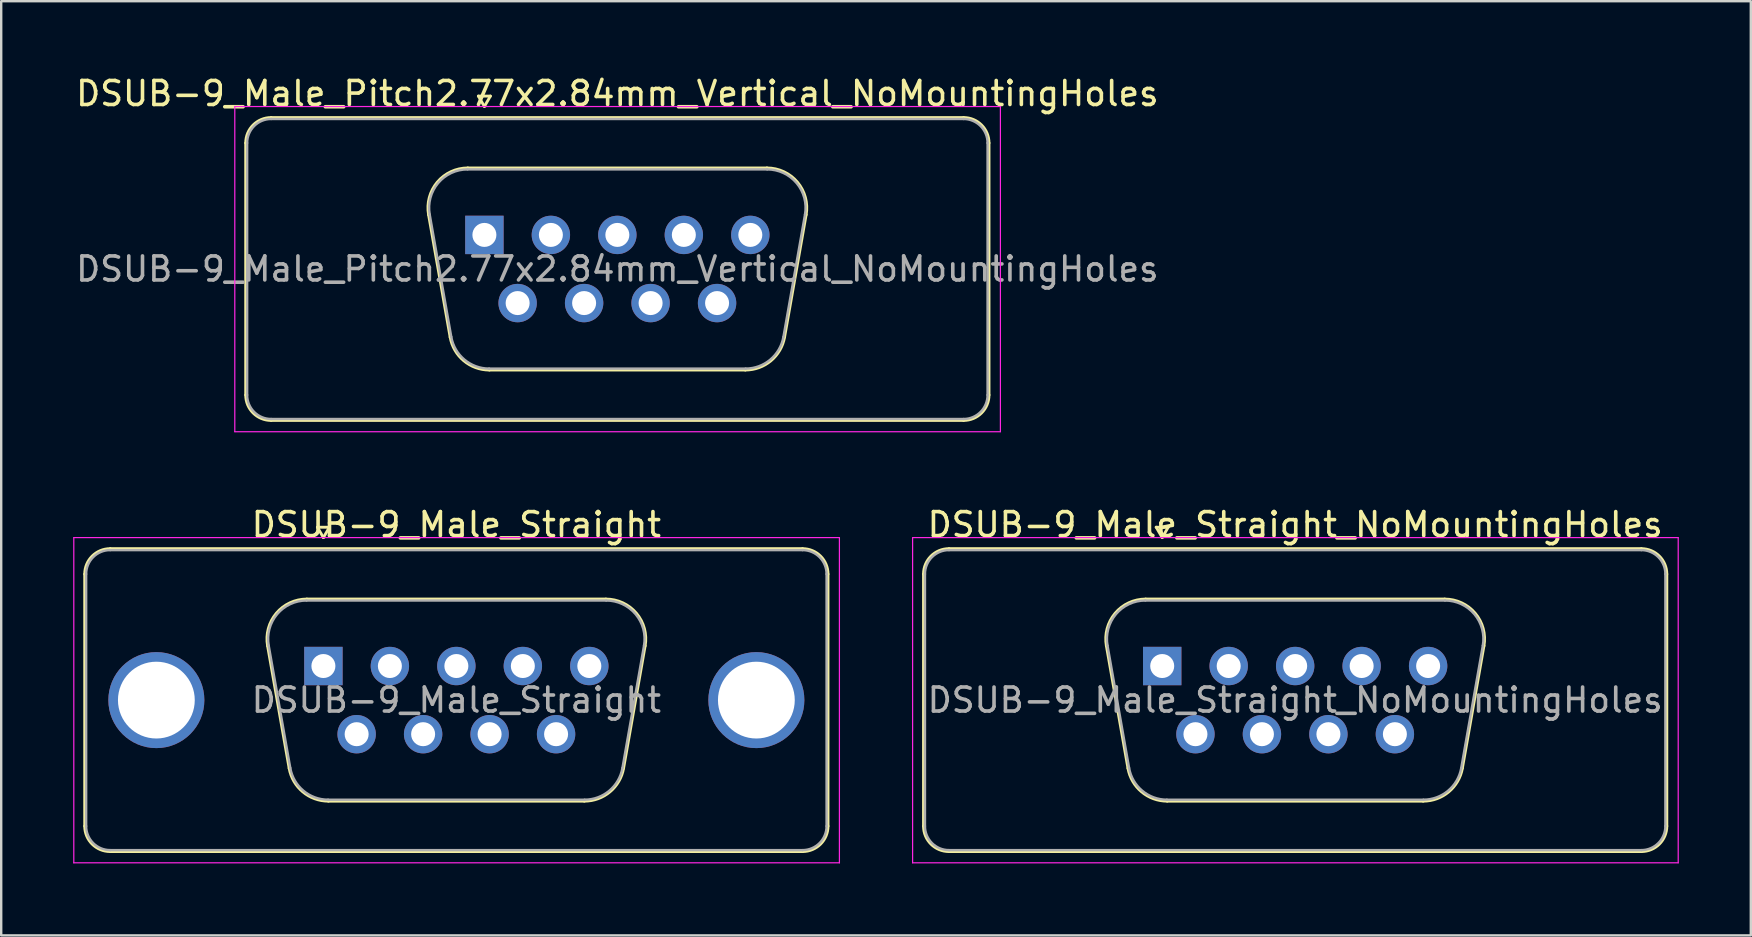
<source format=kicad_pcb>
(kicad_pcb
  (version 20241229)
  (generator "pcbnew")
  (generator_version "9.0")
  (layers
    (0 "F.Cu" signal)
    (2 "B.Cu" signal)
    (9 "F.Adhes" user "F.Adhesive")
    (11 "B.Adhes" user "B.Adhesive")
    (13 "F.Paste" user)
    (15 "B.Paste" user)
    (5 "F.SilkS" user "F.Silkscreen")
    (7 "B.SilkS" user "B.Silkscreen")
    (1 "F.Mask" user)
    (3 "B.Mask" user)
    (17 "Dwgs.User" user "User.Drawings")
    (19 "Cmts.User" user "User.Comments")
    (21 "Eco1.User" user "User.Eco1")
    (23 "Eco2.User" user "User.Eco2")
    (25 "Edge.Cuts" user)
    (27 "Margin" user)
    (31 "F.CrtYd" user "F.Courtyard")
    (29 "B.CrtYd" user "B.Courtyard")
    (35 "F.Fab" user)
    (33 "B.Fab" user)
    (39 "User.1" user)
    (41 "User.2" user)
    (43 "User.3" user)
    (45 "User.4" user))
  (footprint "DSUB-9_Male_Pitch2.77x2.84mm_Vertical_NoMountingHoles"
    (layer "F.Cu")
    (at 17.133 6.738)
    (property "Reference" "DSUB-9_Male_Pitch2.77x2.84mm_Vertical_NoMountingHoles" (at 5.54 -5.89 0) (layer "F.SilkS") (effects (font (size 1 1) (thickness 0.15))))
    (attr through_hole)
    (fp_line (start -9.945 6.67) (end -9.945 -3.83) (stroke (width 0.12) (type solid)) (layer "F.SilkS"))
    (fp_line (start -8.885 -4.89) (end 19.965 -4.89) (stroke (width 0.12) (type solid)) (layer "F.SilkS"))
    (fp_line (start -2.326 -0.842) (end -1.427 4.258) (stroke (width 0.12) (type solid)) (layer "F.SilkS"))
    (fp_line (start -0.692 -2.79) (end 11.772 -2.79) (stroke (width 0.12) (type solid)) (layer "F.SilkS"))
    (fp_line (start -0.25 -5.784) (end 0.25 -5.784) (stroke (width 0.12) (type solid)) (layer "F.SilkS"))
    (fp_line (start 0 -5.351) (end -0.25 -5.784) (stroke (width 0.12) (type solid)) (layer "F.SilkS"))
    (fp_line (start 0.208 5.63) (end 10.872 5.63) (stroke (width 0.12) (type solid)) (layer "F.SilkS"))
    (fp_line (start 0.25 -5.784) (end 0 -5.351) (stroke (width 0.12) (type solid)) (layer "F.SilkS"))
    (fp_line (start 13.406 -0.842) (end 12.507 4.258) (stroke (width 0.12) (type solid)) (layer "F.SilkS"))
    (fp_line (start 19.965 7.73) (end -8.885 7.73) (stroke (width 0.12) (type solid)) (layer "F.SilkS"))
    (fp_line (start 21.025 -3.83) (end 21.025 6.67) (stroke (width 0.12) (type solid)) (layer "F.SilkS"))
    (fp_arc (start -9.945 -3.83) (mid -9.634533 -4.579533) (end -8.885 -4.89) (stroke (width 0.12) (type solid)) (layer "F.SilkS"))
    (fp_arc (start -8.885 7.73) (mid -9.634533 7.419533) (end -9.945 6.67) (stroke (width 0.12) (type solid)) (layer "F.SilkS"))
    (fp_arc (start -2.32647 -0.841744) (mid -1.963323 -2.197028) (end -0.691689 -2.79) (stroke (width 0.12) (type solid)) (layer "F.SilkS"))
    (fp_arc (start 0.207579 5.63) (mid -0.859448 5.241634) (end -1.427202 4.258256) (stroke (width 0.12) (type solid)) (layer "F.SilkS"))
    (fp_arc (start 11.771689 -2.79) (mid 13.043323 -2.197027) (end 13.40647 -0.841744) (stroke (width 0.12) (type solid)) (layer "F.SilkS"))
    (fp_arc (start 12.507202 4.258256) (mid 11.939449 5.241634) (end 10.872421 5.63) (stroke (width 0.12) (type solid)) (layer "F.SilkS"))
    (fp_arc (start 19.965 -4.89) (mid 20.714533 -4.579533) (end 21.025 -3.83) (stroke (width 0.12) (type solid)) (layer "F.SilkS"))
    (fp_arc (start 21.025 6.67) (mid 20.714533 7.419533) (end 19.965 7.73) (stroke (width 0.12) (type solid)) (layer "F.SilkS"))
    (fp_line (start -10.4 -5.35) (end -10.4 8.2) (stroke (width 0.05) (type solid)) (layer "F.CrtYd"))
    (fp_line (start -10.4 8.2) (end 21.5 8.2) (stroke (width 0.05) (type solid)) (layer "F.CrtYd"))
    (fp_line (start 21.5 -5.35) (end -10.4 -5.35) (stroke (width 0.05) (type solid)) (layer "F.CrtYd"))
    (fp_line (start 21.5 8.2) (end 21.5 -5.35) (stroke (width 0.05) (type solid)) (layer "F.CrtYd"))
    (fp_line (start -9.885 6.67) (end -9.885 -3.83) (stroke (width 0.1) (type solid)) (layer "F.Fab"))
    (fp_line (start -8.885 -4.83) (end 19.965 -4.83) (stroke (width 0.1) (type solid)) (layer "F.Fab"))
    (fp_line (start -2.279 -0.852) (end -1.38 4.248) (stroke (width 0.1) (type solid)) (layer "F.Fab"))
    (fp_line (start -0.703 -2.73) (end 11.783 -2.73) (stroke (width 0.1) (type solid)) (layer "F.Fab"))
    (fp_line (start 0.196 5.57) (end 10.884 5.57) (stroke (width 0.1) (type solid)) (layer "F.Fab"))
    (fp_line (start 13.359 -0.852) (end 12.46 4.248) (stroke (width 0.1) (type solid)) (layer "F.Fab"))
    (fp_line (start 19.965 7.67) (end -8.885 7.67) (stroke (width 0.1) (type solid)) (layer "F.Fab"))
    (fp_line (start 20.965 -3.83) (end 20.965 6.67) (stroke (width 0.1) (type solid)) (layer "F.Fab"))
    (fp_arc (start -9.885 -3.83) (mid -9.592107 -4.537107) (end -8.885 -4.83) (stroke (width 0.1) (type solid)) (layer "F.Fab"))
    (fp_arc (start -8.885 7.67) (mid -9.592107 7.377107) (end -9.885 6.67) (stroke (width 0.1) (type solid)) (layer "F.Fab"))
    (fp_arc (start -2.278886 -0.852163) (mid -1.928865 -2.15846) (end -0.703194 -2.73) (stroke (width 0.1) (type solid)) (layer "F.Fab"))
    (fp_arc (start 0.196073 5.57) (mid -0.832387 5.195671) (end -1.379619 4.247837) (stroke (width 0.1) (type solid)) (layer "F.Fab"))
    (fp_arc (start 11.783194 -2.73) (mid 13.008865 -2.15846) (end 13.358886 -0.852163) (stroke (width 0.1) (type solid)) (layer "F.Fab"))
    (fp_arc (start 12.459619 4.247837) (mid 11.912387 5.195671) (end 10.883927 5.57) (stroke (width 0.1) (type solid)) (layer "F.Fab"))
    (fp_arc (start 19.965 -4.83) (mid 20.672107 -4.537107) (end 20.965 -3.83) (stroke (width 0.1) (type solid)) (layer "F.Fab"))
    (fp_arc (start 20.965 6.67) (mid 20.672107 7.377107) (end 19.965 7.67) (stroke (width 0.1) (type solid)) (layer "F.Fab"))
    (fp_text user "${REFERENCE}" (at 5.54 1.42 0) (layer "F.Fab") (effects (font (size 1 1) (thickness 0.15))))
    (pad "1" thru_hole rect (at 0 0) (size 1.6 1.6) (drill 1) (layers "*.Cu" "*.Mask"))
    (pad "2" thru_hole circle (at 2.77 0) (size 1.6 1.6) (drill 1) (layers "*.Cu" "*.Mask"))
    (pad "3" thru_hole circle (at 5.54 0) (size 1.6 1.6) (drill 1) (layers "*.Cu" "*.Mask"))
    (pad "4" thru_hole circle (at 8.31 0) (size 1.6 1.6) (drill 1) (layers "*.Cu" "*.Mask"))
    (pad "5" thru_hole circle (at 11.08 0) (size 1.6 1.6) (drill 1) (layers "*.Cu" "*.Mask"))
    (pad "6" thru_hole circle (at 1.385 2.84) (size 1.6 1.6) (drill 1) (layers "*.Cu" "*.Mask"))
    (pad "7" thru_hole circle (at 4.155 2.84) (size 1.6 1.6) (drill 1) (layers "*.Cu" "*.Mask"))
    (pad "8" thru_hole circle (at 6.925 2.84) (size 1.6 1.6) (drill 1) (layers "*.Cu" "*.Mask"))
    (pad "9" thru_hole circle (at 9.695 2.84) (size 1.6 1.6) (drill 1) (layers "*.Cu" "*.Mask")))
  (footprint "DSUB-9_Male_Straight"
    (layer "F.Cu")
    (at 10.425 24.701)
    (property "Reference" "DSUB-9_Male_Straight" (at 5.54 -5.89 0) (layer "F.SilkS") (effects (font (size 1 1) (thickness 0.15))))
    (attr through_hole)
    (fp_line (start -9.945 6.67) (end -9.945 -3.83) (stroke (width 0.12) (type solid)) (layer "F.SilkS"))
    (fp_line (start -8.885 -4.89) (end 19.965 -4.89) (stroke (width 0.12) (type solid)) (layer "F.SilkS"))
    (fp_line (start -2.326 -0.842) (end -1.427 4.258) (stroke (width 0.12) (type solid)) (layer "F.SilkS"))
    (fp_line (start -0.692 -2.79) (end 11.772 -2.79) (stroke (width 0.12) (type solid)) (layer "F.SilkS"))
    (fp_line (start -0.25 -5.784) (end 0.25 -5.784) (stroke (width 0.12) (type solid)) (layer "F.SilkS"))
    (fp_line (start 0 -5.351) (end -0.25 -5.784) (stroke (width 0.12) (type solid)) (layer "F.SilkS"))
    (fp_line (start 0.208 5.63) (end 10.872 5.63) (stroke (width 0.12) (type solid)) (layer "F.SilkS"))
    (fp_line (start 0.25 -5.784) (end 0 -5.351) (stroke (width 0.12) (type solid)) (layer "F.SilkS"))
    (fp_line (start 13.406 -0.842) (end 12.507 4.258) (stroke (width 0.12) (type solid)) (layer "F.SilkS"))
    (fp_line (start 19.965 7.73) (end -8.885 7.73) (stroke (width 0.12) (type solid)) (layer "F.SilkS"))
    (fp_line (start 21.025 -3.83) (end 21.025 6.67) (stroke (width 0.12) (type solid)) (layer "F.SilkS"))
    (fp_arc (start -9.945 -3.83) (mid -9.634533 -4.579533) (end -8.885 -4.89) (stroke (width 0.12) (type solid)) (layer "F.SilkS"))
    (fp_arc (start -8.885 7.73) (mid -9.634533 7.419533) (end -9.945 6.67) (stroke (width 0.12) (type solid)) (layer "F.SilkS"))
    (fp_arc (start -2.32647 -0.841744) (mid -1.963323 -2.197028) (end -0.691689 -2.79) (stroke (width 0.12) (type solid)) (layer "F.SilkS"))
    (fp_arc (start 0.207579 5.63) (mid -0.859448 5.241634) (end -1.427202 4.258256) (stroke (width 0.12) (type solid)) (layer "F.SilkS"))
    (fp_arc (start 11.771689 -2.79) (mid 13.043323 -2.197027) (end 13.40647 -0.841744) (stroke (width 0.12) (type solid)) (layer "F.SilkS"))
    (fp_arc (start 12.507202 4.258256) (mid 11.939449 5.241634) (end 10.872421 5.63) (stroke (width 0.12) (type solid)) (layer "F.SilkS"))
    (fp_arc (start 19.965 -4.89) (mid 20.714533 -4.579533) (end 21.025 -3.83) (stroke (width 0.12) (type solid)) (layer "F.SilkS"))
    (fp_arc (start 21.025 6.67) (mid 20.714533 7.419533) (end 19.965 7.73) (stroke (width 0.12) (type solid)) (layer "F.SilkS"))
    (fp_line (start -10.4 -5.35) (end -10.4 8.2) (stroke (width 0.05) (type solid)) (layer "F.CrtYd"))
    (fp_line (start -10.4 8.2) (end 21.5 8.2) (stroke (width 0.05) (type solid)) (layer "F.CrtYd"))
    (fp_line (start 21.5 -5.35) (end -10.4 -5.35) (stroke (width 0.05) (type solid)) (layer "F.CrtYd"))
    (fp_line (start 21.5 8.2) (end 21.5 -5.35) (stroke (width 0.05) (type solid)) (layer "F.CrtYd"))
    (fp_line (start -9.885 6.67) (end -9.885 -3.83) (stroke (width 0.1) (type solid)) (layer "F.Fab"))
    (fp_line (start -8.885 -4.83) (end 19.965 -4.83) (stroke (width 0.1) (type solid)) (layer "F.Fab"))
    (fp_line (start -2.279 -0.852) (end -1.38 4.248) (stroke (width 0.1) (type solid)) (layer "F.Fab"))
    (fp_line (start -0.703 -2.73) (end 11.783 -2.73) (stroke (width 0.1) (type solid)) (layer "F.Fab"))
    (fp_line (start 0.196 5.57) (end 10.884 5.57) (stroke (width 0.1) (type solid)) (layer "F.Fab"))
    (fp_line (start 13.359 -0.852) (end 12.46 4.248) (stroke (width 0.1) (type solid)) (layer "F.Fab"))
    (fp_line (start 19.965 7.67) (end -8.885 7.67) (stroke (width 0.1) (type solid)) (layer "F.Fab"))
    (fp_line (start 20.965 -3.83) (end 20.965 6.67) (stroke (width 0.1) (type solid)) (layer "F.Fab"))
    (fp_arc (start -9.885 -3.83) (mid -9.592107 -4.537107) (end -8.885 -4.83) (stroke (width 0.1) (type solid)) (layer "F.Fab"))
    (fp_arc (start -8.885 7.67) (mid -9.592107 7.377107) (end -9.885 6.67) (stroke (width 0.1) (type solid)) (layer "F.Fab"))
    (fp_arc (start -2.278886 -0.852163) (mid -1.928865 -2.15846) (end -0.703194 -2.73) (stroke (width 0.1) (type solid)) (layer "F.Fab"))
    (fp_arc (start 0.196073 5.57) (mid -0.832387 5.195671) (end -1.379619 4.247837) (stroke (width 0.1) (type solid)) (layer "F.Fab"))
    (fp_arc (start 11.783194 -2.73) (mid 13.008865 -2.15846) (end 13.358886 -0.852163) (stroke (width 0.1) (type solid)) (layer "F.Fab"))
    (fp_arc (start 12.459619 4.247837) (mid 11.912387 5.195671) (end 10.883927 5.57) (stroke (width 0.1) (type solid)) (layer "F.Fab"))
    (fp_arc (start 19.965 -4.83) (mid 20.672107 -4.537107) (end 20.965 -3.83) (stroke (width 0.1) (type solid)) (layer "F.Fab"))
    (fp_arc (start 20.965 6.67) (mid 20.672107 7.377107) (end 19.965 7.67) (stroke (width 0.1) (type solid)) (layer "F.Fab"))
    (fp_text user "${REFERENCE}" (at 5.54 1.42 0) (layer "F.Fab") (effects (font (size 1 1) (thickness 0.15))))
    (pad "0" thru_hole circle (at -6.96 1.42) (size 4 4) (drill 3.2) (layers "*.Cu" "*.Mask"))
    (pad "0" thru_hole circle (at 18.04 1.42) (size 4 4) (drill 3.2) (layers "*.Cu" "*.Mask"))
    (pad "1" thru_hole rect (at 0 0) (size 1.6 1.6) (drill 1) (layers "*.Cu" "*.Mask"))
    (pad "2" thru_hole circle (at 2.77 0) (size 1.6 1.6) (drill 1) (layers "*.Cu" "*.Mask"))
    (pad "3" thru_hole circle (at 5.54 0) (size 1.6 1.6) (drill 1) (layers "*.Cu" "*.Mask"))
    (pad "4" thru_hole circle (at 8.31 0) (size 1.6 1.6) (drill 1) (layers "*.Cu" "*.Mask"))
    (pad "5" thru_hole circle (at 11.08 0) (size 1.6 1.6) (drill 1) (layers "*.Cu" "*.Mask"))
    (pad "6" thru_hole circle (at 1.385 2.84) (size 1.6 1.6) (drill 1) (layers "*.Cu" "*.Mask"))
    (pad "7" thru_hole circle (at 4.155 2.84) (size 1.6 1.6) (drill 1) (layers "*.Cu" "*.Mask"))
    (pad "8" thru_hole circle (at 6.925 2.84) (size 1.6 1.6) (drill 1) (layers "*.Cu" "*.Mask"))
    (pad "9" thru_hole circle (at 9.695 2.84) (size 1.6 1.6) (drill 1) (layers "*.Cu" "*.Mask")))
  (footprint "DSUB-9_Male_Straight_NoMountingHoles"
    (layer "F.Cu")
    (at 45.375 24.701)
    (property "Reference" "DSUB-9_Male_Straight_NoMountingHoles" (at 5.54 -5.89 0) (layer "F.SilkS") (effects (font (size 1 1) (thickness 0.15))))
    (attr through_hole)
    (fp_line (start -9.945 6.67) (end -9.945 -3.83) (stroke (width 0.12) (type solid)) (layer "F.SilkS"))
    (fp_line (start -8.885 -4.89) (end 19.965 -4.89) (stroke (width 0.12) (type solid)) (layer "F.SilkS"))
    (fp_line (start -2.326 -0.842) (end -1.427 4.258) (stroke (width 0.12) (type solid)) (layer "F.SilkS"))
    (fp_line (start -0.692 -2.79) (end 11.772 -2.79) (stroke (width 0.12) (type solid)) (layer "F.SilkS"))
    (fp_line (start -0.25 -5.784) (end 0.25 -5.784) (stroke (width 0.12) (type solid)) (layer "F.SilkS"))
    (fp_line (start 0 -5.351) (end -0.25 -5.784) (stroke (width 0.12) (type solid)) (layer "F.SilkS"))
    (fp_line (start 0.208 5.63) (end 10.872 5.63) (stroke (width 0.12) (type solid)) (layer "F.SilkS"))
    (fp_line (start 0.25 -5.784) (end 0 -5.351) (stroke (width 0.12) (type solid)) (layer "F.SilkS"))
    (fp_line (start 13.406 -0.842) (end 12.507 4.258) (stroke (width 0.12) (type solid)) (layer "F.SilkS"))
    (fp_line (start 19.965 7.73) (end -8.885 7.73) (stroke (width 0.12) (type solid)) (layer "F.SilkS"))
    (fp_line (start 21.025 -3.83) (end 21.025 6.67) (stroke (width 0.12) (type solid)) (layer "F.SilkS"))
    (fp_arc (start -9.945 -3.83) (mid -9.634533 -4.579533) (end -8.885 -4.89) (stroke (width 0.12) (type solid)) (layer "F.SilkS"))
    (fp_arc (start -8.885 7.73) (mid -9.634533 7.419533) (end -9.945 6.67) (stroke (width 0.12) (type solid)) (layer "F.SilkS"))
    (fp_arc (start -2.32647 -0.841744) (mid -1.963323 -2.197028) (end -0.691689 -2.79) (stroke (width 0.12) (type solid)) (layer "F.SilkS"))
    (fp_arc (start 0.207579 5.63) (mid -0.859448 5.241634) (end -1.427202 4.258256) (stroke (width 0.12) (type solid)) (layer "F.SilkS"))
    (fp_arc (start 11.771689 -2.79) (mid 13.043323 -2.197027) (end 13.40647 -0.841744) (stroke (width 0.12) (type solid)) (layer "F.SilkS"))
    (fp_arc (start 12.507202 4.258256) (mid 11.939449 5.241634) (end 10.872421 5.63) (stroke (width 0.12) (type solid)) (layer "F.SilkS"))
    (fp_arc (start 19.965 -4.89) (mid 20.714533 -4.579533) (end 21.025 -3.83) (stroke (width 0.12) (type solid)) (layer "F.SilkS"))
    (fp_arc (start 21.025 6.67) (mid 20.714533 7.419533) (end 19.965 7.73) (stroke (width 0.12) (type solid)) (layer "F.SilkS"))
    (fp_line (start -10.4 -5.35) (end -10.4 8.2) (stroke (width 0.05) (type solid)) (layer "F.CrtYd"))
    (fp_line (start -10.4 8.2) (end 21.5 8.2) (stroke (width 0.05) (type solid)) (layer "F.CrtYd"))
    (fp_line (start 21.5 -5.35) (end -10.4 -5.35) (stroke (width 0.05) (type solid)) (layer "F.CrtYd"))
    (fp_line (start 21.5 8.2) (end 21.5 -5.35) (stroke (width 0.05) (type solid)) (layer "F.CrtYd"))
    (fp_line (start -9.885 6.67) (end -9.885 -3.83) (stroke (width 0.1) (type solid)) (layer "F.Fab"))
    (fp_line (start -8.885 -4.83) (end 19.965 -4.83) (stroke (width 0.1) (type solid)) (layer "F.Fab"))
    (fp_line (start -2.279 -0.852) (end -1.38 4.248) (stroke (width 0.1) (type solid)) (layer "F.Fab"))
    (fp_line (start -0.703 -2.73) (end 11.783 -2.73) (stroke (width 0.1) (type solid)) (layer "F.Fab"))
    (fp_line (start 0.196 5.57) (end 10.884 5.57) (stroke (width 0.1) (type solid)) (layer "F.Fab"))
    (fp_line (start 13.359 -0.852) (end 12.46 4.248) (stroke (width 0.1) (type solid)) (layer "F.Fab"))
    (fp_line (start 19.965 7.67) (end -8.885 7.67) (stroke (width 0.1) (type solid)) (layer "F.Fab"))
    (fp_line (start 20.965 -3.83) (end 20.965 6.67) (stroke (width 0.1) (type solid)) (layer "F.Fab"))
    (fp_arc (start -9.885 -3.83) (mid -9.592107 -4.537107) (end -8.885 -4.83) (stroke (width 0.1) (type solid)) (layer "F.Fab"))
    (fp_arc (start -8.885 7.67) (mid -9.592107 7.377107) (end -9.885 6.67) (stroke (width 0.1) (type solid)) (layer "F.Fab"))
    (fp_arc (start -2.278886 -0.852163) (mid -1.928865 -2.15846) (end -0.703194 -2.73) (stroke (width 0.1) (type solid)) (layer "F.Fab"))
    (fp_arc (start 0.196073 5.57) (mid -0.832387 5.195671) (end -1.379619 4.247837) (stroke (width 0.1) (type solid)) (layer "F.Fab"))
    (fp_arc (start 11.783194 -2.73) (mid 13.008865 -2.15846) (end 13.358886 -0.852163) (stroke (width 0.1) (type solid)) (layer "F.Fab"))
    (fp_arc (start 12.459619 4.247837) (mid 11.912387 5.195671) (end 10.883927 5.57) (stroke (width 0.1) (type solid)) (layer "F.Fab"))
    (fp_arc (start 19.965 -4.83) (mid 20.672107 -4.537107) (end 20.965 -3.83) (stroke (width 0.1) (type solid)) (layer "F.Fab"))
    (fp_arc (start 20.965 6.67) (mid 20.672107 7.377107) (end 19.965 7.67) (stroke (width 0.1) (type solid)) (layer "F.Fab"))
    (fp_text user "${REFERENCE}" (at 5.54 1.42 0) (layer "F.Fab") (effects (font (size 1 1) (thickness 0.15))))
    (pad "1" thru_hole rect (at 0 0) (size 1.6 1.6) (drill 1) (layers "*.Cu" "*.Mask"))
    (pad "2" thru_hole circle (at 2.77 0) (size 1.6 1.6) (drill 1) (layers "*.Cu" "*.Mask"))
    (pad "3" thru_hole circle (at 5.54 0) (size 1.6 1.6) (drill 1) (layers "*.Cu" "*.Mask"))
    (pad "4" thru_hole circle (at 8.31 0) (size 1.6 1.6) (drill 1) (layers "*.Cu" "*.Mask"))
    (pad "5" thru_hole circle (at 11.08 0) (size 1.6 1.6) (drill 1) (layers "*.Cu" "*.Mask"))
    (pad "6" thru_hole circle (at 1.385 2.84) (size 1.6 1.6) (drill 1) (layers "*.Cu" "*.Mask"))
    (pad "7" thru_hole circle (at 4.155 2.84) (size 1.6 1.6) (drill 1) (layers "*.Cu" "*.Mask"))
    (pad "8" thru_hole circle (at 6.925 2.84) (size 1.6 1.6) (drill 1) (layers "*.Cu" "*.Mask"))
    (pad "9" thru_hole circle (at 9.695 2.84) (size 1.6 1.6) (drill 1) (layers "*.Cu" "*.Mask")))
  (gr_rect
    (start -3 -3)
    (end 69.9 35.926)
    (stroke (width 0.1) (type default))
    (fill no)
    (layer "Edge.Cuts")))
</source>
